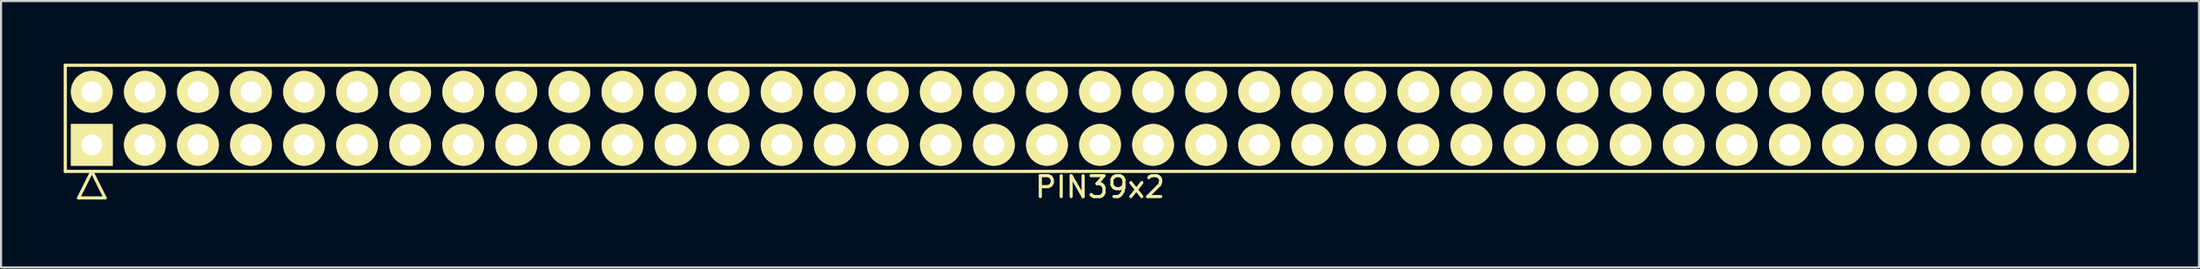
<source format=kicad_pcb>
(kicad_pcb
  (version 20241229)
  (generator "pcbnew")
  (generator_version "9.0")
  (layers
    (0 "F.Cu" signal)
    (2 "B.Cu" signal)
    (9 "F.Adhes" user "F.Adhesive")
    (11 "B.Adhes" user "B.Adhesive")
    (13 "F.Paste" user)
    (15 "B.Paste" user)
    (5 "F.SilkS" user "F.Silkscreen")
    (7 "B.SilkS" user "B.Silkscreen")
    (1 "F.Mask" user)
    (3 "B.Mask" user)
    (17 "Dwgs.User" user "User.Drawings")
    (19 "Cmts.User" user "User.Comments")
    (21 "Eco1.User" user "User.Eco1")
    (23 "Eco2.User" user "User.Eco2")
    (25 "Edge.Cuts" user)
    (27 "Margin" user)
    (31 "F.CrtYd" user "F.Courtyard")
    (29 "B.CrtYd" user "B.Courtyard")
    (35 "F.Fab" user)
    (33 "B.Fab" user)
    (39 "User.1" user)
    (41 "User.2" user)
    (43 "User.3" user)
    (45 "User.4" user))
  (footprint "PIN39x2"
    (layer "F.Cu")
    (at 49.605 2.615)
    (property "Reference" "PIN39x2" (at 0 3.29 0) (layer "F.SilkS") (effects (font (size 1 1) (thickness 0.15))))
    (attr through_hole)
    (fp_line (start -49.53 -2.54) (end -49.53 2.54) (stroke (width 0.15) (type solid)) (layer "F.SilkS"))
    (fp_line (start -49.53 2.54) (end 49.53 2.54) (stroke (width 0.15) (type solid)) (layer "F.SilkS"))
    (fp_line (start -48.895 3.81) (end -48.26 2.54) (stroke (width 0.15) (type solid)) (layer "F.SilkS"))
    (fp_line (start -48.895 3.81) (end -47.625 3.81) (stroke (width 0.15) (type solid)) (layer "F.SilkS"))
    (fp_line (start -47.625 3.81) (end -48.26 2.54) (stroke (width 0.15) (type solid)) (layer "F.SilkS"))
    (fp_line (start 49.53 -2.54) (end -49.53 -2.54) (stroke (width 0.15) (type solid)) (layer "F.SilkS"))
    (fp_line (start 49.53 2.54) (end 49.53 -2.54) (stroke (width 0.15) (type solid)) (layer "F.SilkS"))
    (pad "1" thru_hole rect (at -48.26 1.27) (size 2 2) (drill 1) (layers "*.Cu" "*.Mask" "F.SilkS"))
    (pad "2" thru_hole oval (at -48.26 -1.27) (size 2 2) (drill 1) (layers "*.Cu" "*.Mask" "F.SilkS"))
    (pad "3" thru_hole oval (at -45.72 1.27) (size 2 2) (drill 1) (layers "*.Cu" "*.Mask" "F.SilkS"))
    (pad "4" thru_hole oval (at -45.72 -1.27) (size 2 2) (drill 1) (layers "*.Cu" "*.Mask" "F.SilkS"))
    (pad "5" thru_hole oval (at -43.18 1.27) (size 2 2) (drill 1) (layers "*.Cu" "*.Mask" "F.SilkS"))
    (pad "6" thru_hole oval (at -43.18 -1.27) (size 2 2) (drill 1) (layers "*.Cu" "*.Mask" "F.SilkS"))
    (pad "7" thru_hole oval (at -40.64 1.27) (size 2 2) (drill 1) (layers "*.Cu" "*.Mask" "F.SilkS"))
    (pad "8" thru_hole oval (at -40.64 -1.27) (size 2 2) (drill 1) (layers "*.Cu" "*.Mask" "F.SilkS"))
    (pad "9" thru_hole oval (at -38.1 1.27) (size 2 2) (drill 1) (layers "*.Cu" "*.Mask" "F.SilkS"))
    (pad "10" thru_hole oval (at -38.1 -1.27) (size 2 2) (drill 1) (layers "*.Cu" "*.Mask" "F.SilkS"))
    (pad "11" thru_hole oval (at -35.56 1.27) (size 2 2) (drill 1) (layers "*.Cu" "*.Mask" "F.SilkS"))
    (pad "12" thru_hole oval (at -35.56 -1.27) (size 2 2) (drill 1) (layers "*.Cu" "*.Mask" "F.SilkS"))
    (pad "13" thru_hole oval (at -33.02 1.27) (size 2 2) (drill 1) (layers "*.Cu" "*.Mask" "F.SilkS"))
    (pad "14" thru_hole oval (at -33.02 -1.27) (size 2 2) (drill 1) (layers "*.Cu" "*.Mask" "F.SilkS"))
    (pad "15" thru_hole oval (at -30.48 1.27) (size 2 2) (drill 1) (layers "*.Cu" "*.Mask" "F.SilkS"))
    (pad "16" thru_hole oval (at -30.48 -1.27) (size 2 2) (drill 1) (layers "*.Cu" "*.Mask" "F.SilkS"))
    (pad "17" thru_hole oval (at -27.94 1.27) (size 2 2) (drill 1) (layers "*.Cu" "*.Mask" "F.SilkS"))
    (pad "18" thru_hole oval (at -27.94 -1.27) (size 2 2) (drill 1) (layers "*.Cu" "*.Mask" "F.SilkS"))
    (pad "19" thru_hole oval (at -25.4 1.27) (size 2 2) (drill 1) (layers "*.Cu" "*.Mask" "F.SilkS"))
    (pad "20" thru_hole oval (at -25.4 -1.27) (size 2 2) (drill 1) (layers "*.Cu" "*.Mask" "F.SilkS"))
    (pad "21" thru_hole oval (at -22.86 1.27) (size 2 2) (drill 1) (layers "*.Cu" "*.Mask" "F.SilkS"))
    (pad "22" thru_hole oval (at -22.86 -1.27) (size 2 2) (drill 1) (layers "*.Cu" "*.Mask" "F.SilkS"))
    (pad "23" thru_hole oval (at -20.32 1.27) (size 2 2) (drill 1) (layers "*.Cu" "*.Mask" "F.SilkS"))
    (pad "24" thru_hole oval (at -20.32 -1.27) (size 2 2) (drill 1) (layers "*.Cu" "*.Mask" "F.SilkS"))
    (pad "25" thru_hole oval (at -17.78 1.27) (size 2 2) (drill 1) (layers "*.Cu" "*.Mask" "F.SilkS"))
    (pad "26" thru_hole oval (at -17.78 -1.27) (size 2 2) (drill 1) (layers "*.Cu" "*.Mask" "F.SilkS"))
    (pad "27" thru_hole oval (at -15.24 1.27) (size 2 2) (drill 1) (layers "*.Cu" "*.Mask" "F.SilkS"))
    (pad "28" thru_hole oval (at -15.24 -1.27) (size 2 2) (drill 1) (layers "*.Cu" "*.Mask" "F.SilkS"))
    (pad "29" thru_hole oval (at -12.7 1.27) (size 2 2) (drill 1) (layers "*.Cu" "*.Mask" "F.SilkS"))
    (pad "30" thru_hole oval (at -12.7 -1.27) (size 2 2) (drill 1) (layers "*.Cu" "*.Mask" "F.SilkS"))
    (pad "31" thru_hole oval (at -10.16 1.27) (size 2 2) (drill 1) (layers "*.Cu" "*.Mask" "F.SilkS"))
    (pad "32" thru_hole oval (at -10.16 -1.27) (size 2 2) (drill 1) (layers "*.Cu" "*.Mask" "F.SilkS"))
    (pad "33" thru_hole oval (at -7.62 1.27) (size 2 2) (drill 1) (layers "*.Cu" "*.Mask" "F.SilkS"))
    (pad "34" thru_hole oval (at -7.62 -1.27) (size 2 2) (drill 1) (layers "*.Cu" "*.Mask" "F.SilkS"))
    (pad "35" thru_hole oval (at -5.08 1.27) (size 2 2) (drill 1) (layers "*.Cu" "*.Mask" "F.SilkS"))
    (pad "36" thru_hole oval (at -5.08 -1.27) (size 2 2) (drill 1) (layers "*.Cu" "*.Mask" "F.SilkS"))
    (pad "37" thru_hole oval (at -2.54 1.27) (size 2 2) (drill 1) (layers "*.Cu" "*.Mask" "F.SilkS"))
    (pad "38" thru_hole oval (at -2.54 -1.27) (size 2 2) (drill 1) (layers "*.Cu" "*.Mask" "F.SilkS"))
    (pad "39" thru_hole oval (at 0 1.27) (size 2 2) (drill 1) (layers "*.Cu" "*.Mask" "F.SilkS"))
    (pad "40" thru_hole oval (at 0 -1.27) (size 2 2) (drill 1) (layers "*.Cu" "*.Mask" "F.SilkS"))
    (pad "41" thru_hole oval (at 2.54 1.27) (size 2 2) (drill 1) (layers "*.Cu" "*.Mask" "F.SilkS"))
    (pad "42" thru_hole oval (at 2.54 -1.27) (size 2 2) (drill 1) (layers "*.Cu" "*.Mask" "F.SilkS"))
    (pad "43" thru_hole oval (at 5.08 1.27) (size 2 2) (drill 1) (layers "*.Cu" "*.Mask" "F.SilkS"))
    (pad "44" thru_hole oval (at 5.08 -1.27) (size 2 2) (drill 1) (layers "*.Cu" "*.Mask" "F.SilkS"))
    (pad "45" thru_hole oval (at 7.62 1.27) (size 2 2) (drill 1) (layers "*.Cu" "*.Mask" "F.SilkS"))
    (pad "46" thru_hole oval (at 7.62 -1.27) (size 2 2) (drill 1) (layers "*.Cu" "*.Mask" "F.SilkS"))
    (pad "47" thru_hole oval (at 10.16 1.27) (size 2 2) (drill 1) (layers "*.Cu" "*.Mask" "F.SilkS"))
    (pad "48" thru_hole oval (at 10.16 -1.27) (size 2 2) (drill 1) (layers "*.Cu" "*.Mask" "F.SilkS"))
    (pad "49" thru_hole oval (at 12.7 1.27) (size 2 2) (drill 1) (layers "*.Cu" "*.Mask" "F.SilkS"))
    (pad "50" thru_hole oval (at 12.7 -1.27) (size 2 2) (drill 1) (layers "*.Cu" "*.Mask" "F.SilkS"))
    (pad "51" thru_hole oval (at 15.24 1.27) (size 2 2) (drill 1) (layers "*.Cu" "*.Mask" "F.SilkS"))
    (pad "52" thru_hole oval (at 15.24 -1.27) (size 2 2) (drill 1) (layers "*.Cu" "*.Mask" "F.SilkS"))
    (pad "53" thru_hole oval (at 17.78 1.27) (size 2 2) (drill 1) (layers "*.Cu" "*.Mask" "F.SilkS"))
    (pad "54" thru_hole oval (at 17.78 -1.27) (size 2 2) (drill 1) (layers "*.Cu" "*.Mask" "F.SilkS"))
    (pad "55" thru_hole oval (at 20.32 1.27) (size 2 2) (drill 1) (layers "*.Cu" "*.Mask" "F.SilkS"))
    (pad "56" thru_hole oval (at 20.32 -1.27) (size 2 2) (drill 1) (layers "*.Cu" "*.Mask" "F.SilkS"))
    (pad "57" thru_hole oval (at 22.86 1.27) (size 2 2) (drill 1) (layers "*.Cu" "*.Mask" "F.SilkS"))
    (pad "58" thru_hole oval (at 22.86 -1.27) (size 2 2) (drill 1) (layers "*.Cu" "*.Mask" "F.SilkS"))
    (pad "59" thru_hole oval (at 25.4 1.27) (size 2 2) (drill 1) (layers "*.Cu" "*.Mask" "F.SilkS"))
    (pad "60" thru_hole oval (at 25.4 -1.27) (size 2 2) (drill 1) (layers "*.Cu" "*.Mask" "F.SilkS"))
    (pad "61" thru_hole oval (at 27.94 1.27) (size 2 2) (drill 1) (layers "*.Cu" "*.Mask" "F.SilkS"))
    (pad "62" thru_hole oval (at 27.94 -1.27) (size 2 2) (drill 1) (layers "*.Cu" "*.Mask" "F.SilkS"))
    (pad "63" thru_hole oval (at 30.48 1.27) (size 2 2) (drill 1) (layers "*.Cu" "*.Mask" "F.SilkS"))
    (pad "64" thru_hole oval (at 30.48 -1.27) (size 2 2) (drill 1) (layers "*.Cu" "*.Mask" "F.SilkS"))
    (pad "65" thru_hole oval (at 33.02 1.27) (size 2 2) (drill 1) (layers "*.Cu" "*.Mask" "F.SilkS"))
    (pad "66" thru_hole oval (at 33.02 -1.27) (size 2 2) (drill 1) (layers "*.Cu" "*.Mask" "F.SilkS"))
    (pad "67" thru_hole oval (at 35.56 1.27) (size 2 2) (drill 1) (layers "*.Cu" "*.Mask" "F.SilkS"))
    (pad "68" thru_hole oval (at 35.56 -1.27) (size 2 2) (drill 1) (layers "*.Cu" "*.Mask" "F.SilkS"))
    (pad "69" thru_hole oval (at 38.1 1.27) (size 2 2) (drill 1) (layers "*.Cu" "*.Mask" "F.SilkS"))
    (pad "70" thru_hole oval (at 38.1 -1.27) (size 2 2) (drill 1) (layers "*.Cu" "*.Mask" "F.SilkS"))
    (pad "71" thru_hole oval (at 40.64 1.27) (size 2 2) (drill 1) (layers "*.Cu" "*.Mask" "F.SilkS"))
    (pad "72" thru_hole oval (at 40.64 -1.27) (size 2 2) (drill 1) (layers "*.Cu" "*.Mask" "F.SilkS"))
    (pad "73" thru_hole oval (at 43.18 1.27) (size 2 2) (drill 1) (layers "*.Cu" "*.Mask" "F.SilkS"))
    (pad "74" thru_hole oval (at 43.18 -1.27) (size 2 2) (drill 1) (layers "*.Cu" "*.Mask" "F.SilkS"))
    (pad "75" thru_hole oval (at 45.72 1.27) (size 2 2) (drill 1) (layers "*.Cu" "*.Mask" "F.SilkS"))
    (pad "76" thru_hole oval (at 45.72 -1.27) (size 2 2) (drill 1) (layers "*.Cu" "*.Mask" "F.SilkS"))
    (pad "77" thru_hole oval (at 48.26 1.27) (size 2 2) (drill 1) (layers "*.Cu" "*.Mask" "F.SilkS"))
    (pad "78" thru_hole oval (at 48.26 -1.27) (size 2 2) (drill 1) (layers "*.Cu" "*.Mask" "F.SilkS")))
  (gr_rect
    (start -3 -3)
    (end 102.21 9.753)
    (stroke (width 0.1) (type default))
    (fill no)
    (layer "Edge.Cuts")))
</source>
